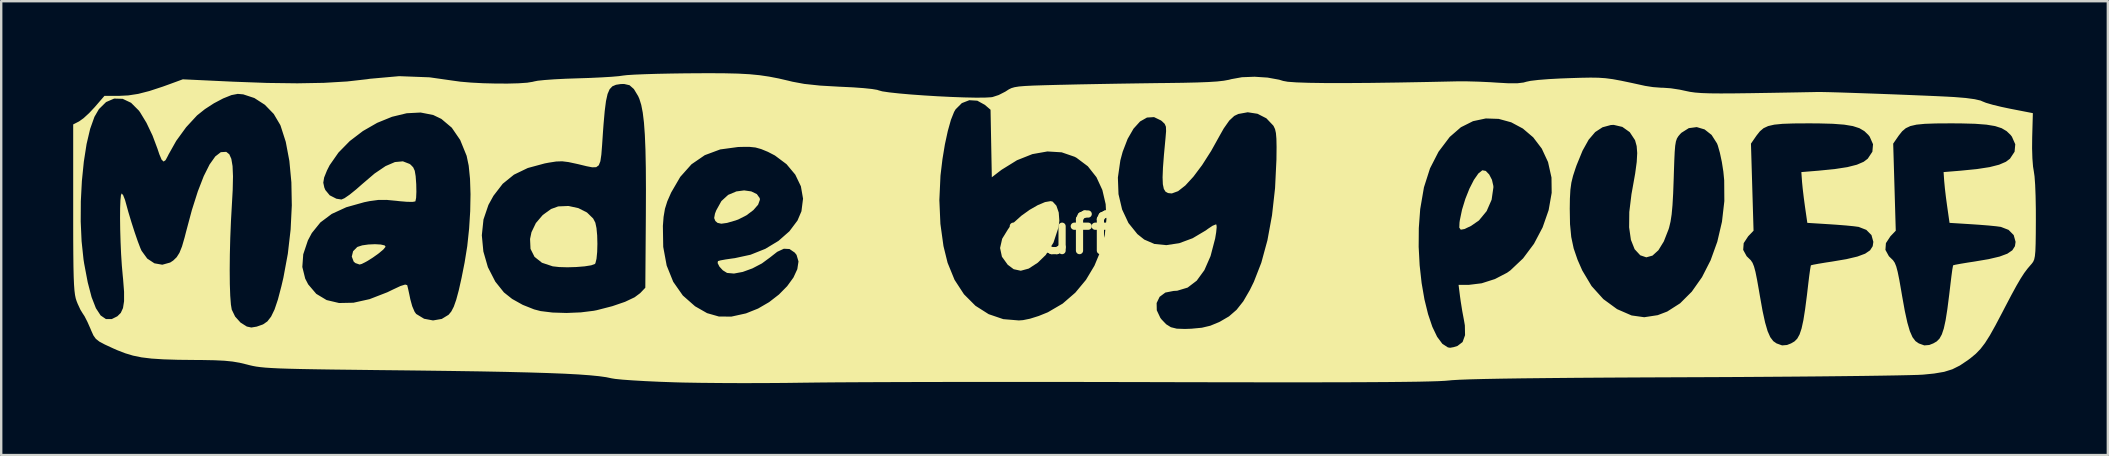
<source format=kicad_pcb>
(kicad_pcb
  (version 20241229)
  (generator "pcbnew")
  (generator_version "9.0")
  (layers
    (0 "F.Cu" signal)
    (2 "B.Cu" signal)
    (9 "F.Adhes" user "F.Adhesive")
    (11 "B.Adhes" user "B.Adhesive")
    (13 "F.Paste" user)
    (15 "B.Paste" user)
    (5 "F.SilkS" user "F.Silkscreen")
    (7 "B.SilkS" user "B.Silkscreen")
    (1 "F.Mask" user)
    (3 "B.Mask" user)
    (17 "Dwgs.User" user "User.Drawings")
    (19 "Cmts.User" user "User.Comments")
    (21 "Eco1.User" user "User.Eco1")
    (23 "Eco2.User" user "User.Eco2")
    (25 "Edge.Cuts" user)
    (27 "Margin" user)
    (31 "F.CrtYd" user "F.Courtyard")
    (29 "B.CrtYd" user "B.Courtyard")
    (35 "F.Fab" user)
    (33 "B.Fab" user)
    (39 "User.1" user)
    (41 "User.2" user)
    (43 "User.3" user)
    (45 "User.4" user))
  (footprint "puff"
    (layer "F.Cu")
    (at 41.063 6.703)
    (property "Reference" "puff" (at 0 0 0) (layer "F.SilkS") (effects (font (size 1.524 1.524) (thickness 0.3))))
    (attr board_only exclude_from_pos_files exclude_from_bom)
    (fp_poly (pts (xy -28.249 0.436) (xy -28.086 0.473) (xy -28.045 0.529) (xy -28.138 0.643) (xy -28.331 0.805) (xy -28.577 0.981) (xy -28.828 1.138) (xy -29.035 1.244) (xy -29.129 1.27) (xy -29.305 1.209) (xy -29.375 1.148) (xy -29.454 0.938) (xy -29.399 0.715) (xy -29.228 0.542) (xy -29.21 0.533) (xy -29.017 0.471) (xy -28.761 0.435) (xy -28.49 0.423)) (stroke (width 0) (type solid)) (fill yes) (layer "F.SilkS"))
    (fp_poly (pts (xy -12.806 -1.777) (xy -12.575 -1.665) (xy -12.455 -1.497) (xy -12.446 -1.432) (xy -12.521 -1.225) (xy -12.72 -0.997) (xy -13.007 -0.781) (xy -13.345 -0.609) (xy -13.46 -0.567) (xy -13.817 -0.464) (xy -14.056 -0.431) (xy -14.213 -0.466) (xy -14.303 -0.543) (xy -14.353 -0.666) (xy -14.319 -0.851) (xy -14.267 -0.986) (xy -14.051 -1.375) (xy -13.772 -1.631) (xy -13.428 -1.776) (xy -13.104 -1.819)) (stroke (width 0) (type solid)) (fill yes) (layer "F.SilkS"))
    (fp_poly (pts (xy 17.799 -2.631) (xy 17.942 -2.484) (xy 18.058 -2.261) (xy 18.116 -2.006) (xy 18.119 -1.949) (xy 18.044 -1.429) (xy 17.836 -0.955) (xy 17.515 -0.566) (xy 17.186 -0.338) (xy 16.912 -0.209) (xy 16.758 -0.181) (xy 16.697 -0.266) (xy 16.706 -0.477) (xy 16.719 -0.572) (xy 16.811 -1.015) (xy 16.95 -1.468) (xy 17.12 -1.893) (xy 17.305 -2.256) (xy 17.491 -2.523) (xy 17.657 -2.657)) (stroke (width 0) (type solid)) (fill yes) (layer "F.SilkS"))
    (fp_poly (pts (xy -0.248 -1.352) (xy -0.092 -1.181) (xy 0.005 -0.898) (xy 0.031 -0.553) (xy -0.004 -0.279) (xy -0.213 0.355) (xy -0.533 0.868) (xy -0.868 1.194) (xy -1.246 1.439) (xy -1.576 1.529) (xy -1.872 1.465) (xy -2.119 1.281) (xy -2.362 0.944) (xy -2.439 0.582) (xy -2.351 0.195) (xy -2.096 -0.22) (xy -1.863 -0.483) (xy -1.553 -0.762) (xy -1.21 -1.008) (xy -0.869 -1.204) (xy -0.565 -1.332) (xy -0.331 -1.372)) (stroke (width 0) (type solid)) (fill yes) (layer "F.SilkS"))
    (fp_poly (pts (xy -20.012 -1.08) (xy -19.654 -0.899) (xy -19.395 -0.647) (xy -19.305 -0.474) (xy -19.257 -0.249) (xy -19.228 0.06) (xy -19.219 0.408) (xy -19.228 0.747) (xy -19.256 1.031) (xy -19.301 1.213) (xy -19.325 1.248) (xy -19.478 1.303) (xy -19.751 1.346) (xy -20.097 1.374) (xy -20.468 1.385) (xy -20.814 1.375) (xy -21.082 1.345) (xy -21.529 1.196) (xy -21.839 0.95) (xy -22.006 0.617) (xy -22.025 0.204) (xy -21.966 -0.076) (xy -21.783 -0.457) (xy -21.497 -0.793) (xy -21.151 -1.043) (xy -20.852 -1.152) (xy -20.425 -1.17)) (stroke (width 0) (type solid)) (fill yes) (layer "F.SilkS"))
    (fp_poly (pts (xy -13.922 -6.699) (xy -13.361 -6.686) (xy -12.883 -6.66) (xy -12.461 -6.619) (xy -12.066 -6.561) (xy -11.668 -6.484) (xy -11.241 -6.385) (xy -11.091 -6.348) (xy -10.596 -6.256) (xy -9.938 -6.186) (xy -9.121 -6.139) (xy -9.065 -6.137) (xy -8.564 -6.113) (xy -8.126 -6.081) (xy -7.78 -6.045) (xy -7.557 -6.008) (xy -7.499 -5.988) (xy -7.347 -5.946) (xy -7.054 -5.903) (xy -6.65 -5.859) (xy -6.162 -5.816) (xy -5.619 -5.777) (xy -5.051 -5.742) (xy -4.485 -5.714) (xy -3.95 -5.694) (xy -3.475 -5.684) (xy -3.088 -5.685) (xy -2.819 -5.7) (xy -2.755 -5.709) (xy -2.497 -5.793) (xy -2.221 -5.934) (xy -2.17 -5.967) (xy -2.069 -6.032) (xy -1.964 -6.082) (xy -1.833 -6.12) (xy -1.652 -6.149) (xy -1.398 -6.17) (xy -1.049 -6.187) (xy -0.58 -6.202) (xy 0.031 -6.218) (xy 0.145 -6.22) (xy 0.834 -6.236) (xy 1.635 -6.251) (xy 2.492 -6.266) (xy 3.348 -6.279) (xy 4.145 -6.29) (xy 4.445 -6.293) (xy 5.185 -6.303) (xy 5.778 -6.317) (xy 6.244 -6.335) (xy 6.605 -6.358) (xy 6.881 -6.389) (xy 7.095 -6.428) (xy 7.202 -6.456) (xy 7.641 -6.535) (xy 8.166 -6.555) (xy 8.707 -6.52) (xy 9.19 -6.432) (xy 9.356 -6.381) (xy 9.548 -6.346) (xy 9.907 -6.32) (xy 10.431 -6.302) (xy 11.117 -6.292) (xy 11.965 -6.291) (xy 12.971 -6.298) (xy 14.133 -6.314) (xy 15.45 -6.338) (xy 16.637 -6.364) (xy 17.023 -6.363) (xy 17.502 -6.35) (xy 17.999 -6.327) (xy 18.256 -6.31) (xy 18.756 -6.282) (xy 19.118 -6.283) (xy 19.375 -6.314) (xy 19.484 -6.345) (xy 19.668 -6.384) (xy 19.989 -6.422) (xy 20.417 -6.456) (xy 20.918 -6.483) (xy 21.264 -6.496) (xy 21.77 -6.512) (xy 22.166 -6.519) (xy 22.492 -6.514) (xy 22.788 -6.494) (xy 23.092 -6.454) (xy 23.444 -6.389) (xy 23.882 -6.297) (xy 24.443 -6.174) (xy 24.763 -6.124) (xy 25.116 -6.097) (xy 25.199 -6.096) (xy 25.51 -6.074) (xy 25.883 -6.017) (xy 26.123 -5.965) (xy 26.31 -5.926) (xy 26.528 -5.896) (xy 26.8 -5.875) (xy 27.148 -5.863) (xy 27.593 -5.859) (xy 28.158 -5.862) (xy 28.866 -5.871) (xy 29.049 -5.874) (xy 29.678 -5.884) (xy 30.257 -5.894) (xy 30.764 -5.903) (xy 31.175 -5.911) (xy 31.466 -5.916) (xy 31.615 -5.92) (xy 31.623 -5.92) (xy 31.786 -5.919) (xy 32.091 -5.913) (xy 32.515 -5.901) (xy 33.029 -5.884) (xy 33.609 -5.864) (xy 34.229 -5.842) (xy 34.862 -5.818) (xy 35.483 -5.793) (xy 36.066 -5.769) (xy 36.584 -5.747) (xy 37.013 -5.726) (xy 37.325 -5.709) (xy 37.338 -5.708) (xy 37.8 -5.67) (xy 38.171 -5.62) (xy 38.419 -5.563) (xy 38.49 -5.531) (xy 38.643 -5.469) (xy 38.921 -5.388) (xy 39.283 -5.3) (xy 39.633 -5.226) (xy 40.598 -5.038) (xy 40.57 -4.022) (xy 40.566 -3.572) (xy 40.579 -3.151) (xy 40.606 -2.808) (xy 40.636 -2.625) (xy 40.668 -2.406) (xy 40.694 -2.048) (xy 40.712 -1.582) (xy 40.722 -1.037) (xy 40.723 -0.593) (xy 40.72 -0.024) (xy 40.714 0.401) (xy 40.703 0.707) (xy 40.683 0.918) (xy 40.653 1.061) (xy 40.609 1.159) (xy 40.549 1.24) (xy 40.522 1.27) (xy 40.378 1.438) (xy 40.238 1.624) (xy 40.089 1.855) (xy 39.914 2.154) (xy 39.7 2.547) (xy 39.431 3.059) (xy 39.327 3.26) (xy 39.04 3.804) (xy 38.806 4.223) (xy 38.604 4.542) (xy 38.415 4.788) (xy 38.22 4.99) (xy 37.998 5.174) (xy 37.888 5.256) (xy 37.555 5.479) (xy 37.241 5.636) (xy 36.899 5.742) (xy 36.479 5.813) (xy 36.026 5.858) (xy 35.813 5.869) (xy 35.444 5.879) (xy 34.931 5.89) (xy 34.286 5.901) (xy 33.522 5.912) (xy 32.651 5.922) (xy 31.687 5.932) (xy 30.641 5.941) (xy 29.526 5.949) (xy 28.355 5.957) (xy 27.14 5.963) (xy 26.096 5.967) (xy 24.418 5.974) (xy 22.906 5.982) (xy 21.556 5.991) (xy 20.366 6.002) (xy 19.332 6.013) (xy 18.45 6.026) (xy 17.718 6.04) (xy 17.132 6.055) (xy 16.688 6.072) (xy 16.384 6.09) (xy 16.275 6.101) (xy 16.097 6.116) (xy 15.828 6.13) (xy 15.462 6.141) (xy 14.993 6.152) (xy 14.414 6.16) (xy 13.719 6.167) (xy 12.901 6.172) (xy 11.956 6.176) (xy 10.875 6.178) (xy 9.654 6.179) (xy 8.286 6.178) (xy 6.764 6.176) (xy 5.083 6.173) (xy 4.064 6.17) (xy 2.621 6.167) (xy 1.18 6.164) (xy -0.244 6.163) (xy -1.637 6.162) (xy -2.986 6.162) (xy -4.277 6.163) (xy -5.496 6.165) (xy -6.629 6.168) (xy -7.662 6.172) (xy -8.582 6.176) (xy -9.374 6.181) (xy -10.026 6.187) (xy -10.522 6.193) (xy -10.541 6.193) (xy -11.388 6.204) (xy -12.29 6.21) (xy -13.207 6.212) (xy -14.099 6.208) (xy -14.925 6.2) (xy -15.645 6.188) (xy -16.002 6.178) (xy -16.624 6.156) (xy -17.209 6.129) (xy -17.73 6.099) (xy -18.161 6.068) (xy -18.473 6.037) (xy -18.627 6.012) (xy -18.853 5.965) (xy -19.154 5.923) (xy -19.538 5.885) (xy -20.015 5.85) (xy -20.594 5.819) (xy -21.284 5.792) (xy -22.094 5.767) (xy -23.034 5.744) (xy -24.112 5.723) (xy -25.337 5.705) (xy -26.719 5.687) (xy -27.305 5.68) (xy -28.445 5.668) (xy -29.429 5.656) (xy -30.27 5.646) (xy -30.982 5.635) (xy -31.577 5.624) (xy -32.068 5.612) (xy -32.47 5.599) (xy -32.794 5.583) (xy -33.055 5.566) (xy -33.265 5.545) (xy -33.438 5.522) (xy -33.587 5.494) (xy -33.725 5.462) (xy -33.824 5.436) (xy -34.123 5.364) (xy -34.422 5.313) (xy -34.76 5.279) (xy -35.175 5.259) (xy -35.707 5.249) (xy -35.941 5.248) (xy -36.692 5.24) (xy -37.302 5.221) (xy -37.799 5.189) (xy -38.212 5.139) (xy -38.569 5.066) (xy -38.898 4.967) (xy -39.228 4.839) (xy -39.4 4.763) (xy -39.746 4.603) (xy -39.973 4.482) (xy -40.119 4.367) (xy -40.219 4.227) (xy -40.308 4.032) (xy -40.346 3.939) (xy -40.471 3.657) (xy -40.591 3.423) (xy -40.662 3.316) (xy -40.762 3.153) (xy -40.877 2.905) (xy -40.922 2.791) (xy -40.958 2.678) (xy -40.987 2.537) (xy -41.01 2.353) (xy -41.028 2.109) (xy -41.042 1.788) (xy -41.052 1.373) (xy -41.058 0.848) (xy -41.062 0.195) (xy -41.063 -0.522) (xy -40.75 -0.522) (xy -40.713 0.298) (xy -40.633 1.057) (xy -40.607 1.225) (xy -40.458 2.01) (xy -40.296 2.63) (xy -40.117 3.09) (xy -39.919 3.392) (xy -39.7 3.542) (xy -39.457 3.544) (xy -39.223 3.427) (xy -39.08 3.286) (xy -38.988 3.085) (xy -38.943 2.799) (xy -38.943 2.403) (xy -38.984 1.873) (xy -38.998 1.736) (xy -39.036 1.308) (xy -39.067 0.827) (xy -39.089 0.321) (xy -39.104 -0.184) (xy -39.11 -0.658) (xy -39.107 -1.074) (xy -39.095 -1.404) (xy -39.073 -1.62) (xy -39.042 -1.693) (xy -38.981 -1.619) (xy -38.906 -1.429) (xy -38.867 -1.291) (xy -38.766 -0.923) (xy -38.64 -0.505) (xy -38.505 -0.084) (xy -38.375 0.294) (xy -38.265 0.583) (xy -38.215 0.696) (xy -37.977 1.023) (xy -37.678 1.22) (xy -37.349 1.278) (xy -37.022 1.187) (xy -36.895 1.104) (xy -36.751 0.965) (xy -36.635 0.782) (xy -36.529 0.518) (xy -36.419 0.139) (xy -36.362 -0.085) (xy -36.117 -1) (xy -35.87 -1.777) (xy -35.623 -2.413) (xy -35.379 -2.9) (xy -35.141 -3.235) (xy -34.911 -3.412) (xy -34.692 -3.425) (xy -34.678 -3.42) (xy -34.558 -3.324) (xy -34.473 -3.133) (xy -34.422 -2.832) (xy -34.404 -2.406) (xy -34.416 -1.84) (xy -34.45 -1.228) (xy -34.489 -0.537) (xy -34.518 0.166) (xy -34.535 0.854) (xy -34.541 1.501) (xy -34.536 2.082) (xy -34.519 2.57) (xy -34.491 2.938) (xy -34.456 3.148) (xy -34.315 3.439) (xy -34.09 3.689) (xy -33.828 3.854) (xy -33.64 3.895) (xy -33.416 3.858) (xy -33.162 3.769) (xy -33.146 3.761) (xy -32.971 3.64) (xy -32.816 3.44) (xy -32.672 3.143) (xy -32.532 2.727) (xy -32.387 2.174) (xy -32.304 1.82) (xy -32.221 1.372) (xy -31.515 1.372) (xy -31.395 1.857) (xy -31.27 2.098) (xy -30.934 2.492) (xy -30.503 2.751) (xy -29.984 2.874) (xy -29.385 2.862) (xy -28.713 2.713) (xy -27.975 2.427) (xy -27.748 2.317) (xy -27.426 2.166) (xy -27.23 2.105) (xy -27.146 2.128) (xy -27.143 2.136) (xy -27.109 2.274) (xy -27.056 2.517) (xy -27.014 2.721) (xy -26.935 3.008) (xy -26.836 3.239) (xy -26.77 3.33) (xy -26.44 3.53) (xy -26.068 3.6) (xy -25.704 3.537) (xy -25.42 3.364) (xy -25.307 3.227) (xy -25.203 3.026) (xy -25.102 2.739) (xy -24.996 2.346) (xy -24.879 1.825) (xy -24.752 1.185) (xy -24.642 0.504) (xy -24.594 0.051) (xy -24.035 0.051) (xy -23.971 0.726) (xy -23.782 1.382) (xy -23.474 1.982) (xy -23.114 2.432) (xy -22.772 2.704) (xy -22.33 2.951) (xy -21.855 3.14) (xy -21.586 3.21) (xy -21.089 3.271) (xy -20.504 3.289) (xy -19.907 3.264) (xy -19.374 3.198) (xy -19.246 3.173) (xy -18.598 3.006) (xy -18.066 2.824) (xy -17.668 2.635) (xy -17.437 2.463) (xy -17.222 2.237) (xy -17.203 -0.339) (xy -16.49 -0.339) (xy -16.476 0.535) (xy -16.332 1.313) (xy -16.059 1.99) (xy -15.659 2.561) (xy -15.149 3.01) (xy -14.648 3.296) (xy -14.155 3.437) (xy -13.633 3.44) (xy -13.039 3.309) (xy -13.021 3.304) (xy -12.524 3.105) (xy -12.063 2.837) (xy -11.654 2.52) (xy -11.311 2.172) (xy -11.05 1.813) (xy -10.888 1.463) (xy -10.839 1.142) (xy -10.92 0.868) (xy -10.997 0.772) (xy -11.213 0.624) (xy -11.449 0.612) (xy -11.725 0.74) (xy -12.02 0.971) (xy -12.365 1.225) (xy -12.761 1.432) (xy -13.163 1.578) (xy -13.528 1.646) (xy -13.81 1.621) (xy -13.823 1.616) (xy -13.992 1.511) (xy -14.134 1.357) (xy -14.209 1.208) (xy -14.195 1.128) (xy -14.097 1.099) (xy -13.874 1.058) (xy -13.57 1.014) (xy -13.492 1.004) (xy -12.837 0.862) (xy -12.221 0.616) (xy -11.672 0.284) (xy -11.217 -0.116) (xy -10.881 -0.563) (xy -10.716 -0.949) (xy -10.657 -1.416) (xy -4.969 -1.416) (xy -4.926 -0.425) (xy -4.798 0.501) (xy -4.626 1.198) (xy -4.336 1.908) (xy -3.944 2.509) (xy -3.465 2.989) (xy -2.914 3.339) (xy -2.306 3.546) (xy -1.656 3.6) (xy -1.482 3.587) (xy -1.192 3.528) (xy -0.829 3.414) (xy -0.466 3.267) (xy -0.44 3.255) (xy 0.17 2.898) (xy 0.697 2.442) (xy 1.14 1.909) (xy 1.494 1.317) (xy 1.757 0.685) (xy 1.924 0.035) (xy 1.993 -0.615) (xy 1.961 -1.246) (xy 1.823 -1.837) (xy 1.585 -2.352) (xy 2.47 -2.352) (xy 2.496 -1.662) (xy 2.646 -1.024) (xy 2.91 -0.461) (xy 3.282 0.001) (xy 3.569 0.23) (xy 3.993 0.413) (xy 4.488 0.462) (xy 5.028 0.381) (xy 5.586 0.174) (xy 6.137 -0.153) (xy 6.224 -0.218) (xy 6.415 -0.345) (xy 6.548 -0.4) (xy 6.575 -0.395) (xy 6.587 -0.292) (xy 6.566 -0.072) (xy 6.523 0.188) (xy 6.332 0.918) (xy 6.075 1.504) (xy 5.755 1.943) (xy 5.377 2.231) (xy 4.942 2.362) (xy 4.79 2.371) (xy 4.448 2.438) (xy 4.209 2.616) (xy 4.085 2.874) (xy 4.091 3.177) (xy 4.24 3.493) (xy 4.29 3.558) (xy 4.482 3.759) (xy 4.679 3.882) (xy 4.924 3.943) (xy 5.265 3.955) (xy 5.533 3.945) (xy 5.969 3.904) (xy 6.322 3.82) (xy 6.68 3.672) (xy 6.723 3.651) (xy 7.1 3.431) (xy 7.415 3.158) (xy 7.696 2.803) (xy 7.97 2.331) (xy 8.137 1.99) (xy 8.447 1.195) (xy 8.627 0.534) (xy 15.004 0.534) (xy 15.045 1.304) (xy 15.127 2.04) (xy 15.245 2.724) (xy 15.396 3.338) (xy 15.573 3.863) (xy 15.773 4.281) (xy 15.991 4.574) (xy 16.221 4.723) (xy 16.314 4.739) (xy 16.466 4.712) (xy 16.621 4.663) (xy 16.834 4.5) (xy 16.937 4.215) (xy 16.929 3.805) (xy 16.893 3.595) (xy 16.821 3.211) (xy 16.755 2.797) (xy 16.728 2.603) (xy 16.667 2.117) (xy 17.099 2.117) (xy 17.629 2.052) (xy 18.183 1.875) (xy 18.687 1.613) (xy 18.826 1.514) (xy 19.355 1.014) (xy 19.809 0.406) (xy 20.169 -0.277) (xy 20.42 -0.996) (xy 20.431 -1.058) (xy 21.3 -1.058) (xy 21.311 -0.412) (xy 21.362 0.122) (xy 21.463 0.598) (xy 21.625 1.071) (xy 21.821 1.517) (xy 22.209 2.167) (xy 22.7 2.711) (xy 23.272 3.129) (xy 23.876 3.392) (xy 24.404 3.466) (xy 24.966 3.38) (xy 25.362 3.229) (xy 25.899 2.886) (xy 26.385 2.401) (xy 26.811 1.797) (xy 27.169 1.095) (xy 27.326 0.66) (xy 28.527 0.66) (xy 28.672 0.924) (xy 28.751 1.001) (xy 28.843 1.09) (xy 28.916 1.197) (xy 28.978 1.35) (xy 29.039 1.576) (xy 29.105 1.904) (xy 29.186 2.361) (xy 29.222 2.572) (xy 29.335 3.205) (xy 29.441 3.689) (xy 29.545 4.046) (xy 29.656 4.297) (xy 29.779 4.461) (xy 29.917 4.557) (xy 30.148 4.64) (xy 30.354 4.623) (xy 30.525 4.556) (xy 30.665 4.474) (xy 30.781 4.357) (xy 30.877 4.184) (xy 30.96 3.936) (xy 31.035 3.593) (xy 31.108 3.133) (xy 31.185 2.538) (xy 31.238 2.083) (xy 31.279 1.746) (xy 31.316 1.48) (xy 31.343 1.326) (xy 31.351 1.302) (xy 31.441 1.279) (xy 31.661 1.238) (xy 31.975 1.186) (xy 32.22 1.149) (xy 32.829 1.046) (xy 33.286 0.938) (xy 33.609 0.818) (xy 33.816 0.677) (xy 33.826 0.66) (xy 34.454 0.66) (xy 34.599 0.924) (xy 34.678 1.001) (xy 34.77 1.09) (xy 34.843 1.197) (xy 34.905 1.35) (xy 34.965 1.576) (xy 35.032 1.904) (xy 35.112 2.361) (xy 35.148 2.572) (xy 35.262 3.205) (xy 35.368 3.689) (xy 35.472 4.046) (xy 35.582 4.297) (xy 35.706 4.461) (xy 35.844 4.557) (xy 36.074 4.64) (xy 36.281 4.623) (xy 36.451 4.556) (xy 36.592 4.474) (xy 36.708 4.357) (xy 36.804 4.184) (xy 36.887 3.936) (xy 36.962 3.593) (xy 37.035 3.133) (xy 37.111 2.538) (xy 37.165 2.083) (xy 37.206 1.746) (xy 37.242 1.48) (xy 37.27 1.326) (xy 37.278 1.302) (xy 37.367 1.279) (xy 37.588 1.238) (xy 37.902 1.186) (xy 38.147 1.149) (xy 38.756 1.046) (xy 39.213 0.938) (xy 39.536 0.818) (xy 39.742 0.677) (xy 39.851 0.507) (xy 39.878 0.326) (xy 39.8 0.043) (xy 39.585 -0.174) (xy 39.266 -0.298) (xy 39.064 -0.325) (xy 38.742 -0.357) (xy 38.35 -0.388) (xy 38.054 -0.408) (xy 37.126 -0.466) (xy 37.029 -1.143) (xy 36.977 -1.524) (xy 36.933 -1.896) (xy 36.906 -2.182) (xy 36.904 -2.201) (xy 36.878 -2.582) (xy 37.595 -2.641) (xy 38.27 -2.708) (xy 38.796 -2.789) (xy 39.19 -2.889) (xy 39.474 -3.011) (xy 39.644 -3.139) (xy 39.837 -3.431) (xy 39.865 -3.742) (xy 39.725 -4.058) (xy 39.669 -4.131) (xy 39.504 -4.289) (xy 39.297 -4.411) (xy 39.024 -4.499) (xy 38.662 -4.559) (xy 38.191 -4.595) (xy 37.585 -4.611) (xy 37.169 -4.613) (xy 36.561 -4.609) (xy 36.096 -4.593) (xy 35.749 -4.559) (xy 35.493 -4.5) (xy 35.303 -4.411) (xy 35.152 -4.283) (xy 35.015 -4.111) (xy 34.982 -4.064) (xy 34.778 -3.768) (xy 34.832 -1.953) (xy 34.885 -0.139) (xy 34.662 0.094) (xy 34.475 0.379) (xy 34.454 0.66) (xy 33.826 0.66) (xy 33.924 0.507) (xy 33.951 0.326) (xy 33.873 0.043) (xy 33.658 -0.174) (xy 33.339 -0.298) (xy 33.137 -0.325) (xy 32.815 -0.357) (xy 32.424 -0.388) (xy 32.128 -0.408) (xy 31.2 -0.466) (xy 31.102 -1.143) (xy 31.051 -1.524) (xy 31.007 -1.896) (xy 30.979 -2.182) (xy 30.978 -2.201) (xy 30.951 -2.582) (xy 31.668 -2.641) (xy 32.343 -2.708) (xy 32.869 -2.789) (xy 33.264 -2.889) (xy 33.547 -3.011) (xy 33.717 -3.139) (xy 33.911 -3.431) (xy 33.938 -3.742) (xy 33.799 -4.058) (xy 33.742 -4.131) (xy 33.577 -4.289) (xy 33.37 -4.411) (xy 33.097 -4.499) (xy 32.736 -4.559) (xy 32.264 -4.595) (xy 31.659 -4.611) (xy 31.242 -4.613) (xy 30.634 -4.609) (xy 30.17 -4.593) (xy 29.823 -4.559) (xy 29.567 -4.5) (xy 29.376 -4.411) (xy 29.225 -4.283) (xy 29.088 -4.111) (xy 29.055 -4.064) (xy 28.851 -3.768) (xy 28.905 -1.953) (xy 28.959 -0.139) (xy 28.735 0.094) (xy 28.548 0.379) (xy 28.527 0.66) (xy 27.326 0.66) (xy 27.449 0.318) (xy 27.643 -0.512) (xy 27.742 -1.372) (xy 27.736 -2.241) (xy 27.701 -2.601) (xy 27.638 -3.003) (xy 27.556 -3.387) (xy 27.47 -3.69) (xy 27.436 -3.777) (xy 27.21 -4.131) (xy 26.919 -4.36) (xy 26.592 -4.457) (xy 26.26 -4.413) (xy 25.955 -4.221) (xy 25.9 -4.165) (xy 25.823 -4.074) (xy 25.766 -3.981) (xy 25.724 -3.859) (xy 25.694 -3.681) (xy 25.673 -3.423) (xy 25.656 -3.057) (xy 25.639 -2.559) (xy 25.632 -2.32) (xy 25.609 -1.69) (xy 25.581 -1.2) (xy 25.546 -0.819) (xy 25.5 -0.519) (xy 25.44 -0.268) (xy 25.418 -0.198) (xy 25.22 0.307) (xy 24.994 0.675) (xy 24.747 0.899) (xy 24.49 0.97) (xy 24.238 0.885) (xy 24.004 0.632) (xy 23.848 0.24) (xy 23.774 -0.281) (xy 23.781 -0.919) (xy 23.872 -1.663) (xy 23.916 -1.905) (xy 24.026 -2.522) (xy 24.091 -3.004) (xy 24.111 -3.375) (xy 24.089 -3.664) (xy 24.025 -3.897) (xy 24.017 -3.917) (xy 23.8 -4.246) (xy 23.492 -4.465) (xy 23.132 -4.549) (xy 23.012 -4.543) (xy 22.665 -4.449) (xy 22.36 -4.25) (xy 22.087 -3.93) (xy 21.833 -3.474) (xy 21.584 -2.866) (xy 21.544 -2.752) (xy 21.437 -2.426) (xy 21.367 -2.141) (xy 21.326 -1.841) (xy 21.306 -1.474) (xy 21.3 -1.058) (xy 20.431 -1.058) (xy 20.547 -1.717) (xy 20.539 -2.355) (xy 20.395 -3) (xy 20.134 -3.561) (xy 19.778 -4.029) (xy 19.347 -4.396) (xy 18.861 -4.656) (xy 18.339 -4.799) (xy 17.802 -4.817) (xy 17.27 -4.704) (xy 16.763 -4.45) (xy 16.3 -4.048) (xy 16.294 -4.041) (xy 15.832 -3.43) (xy 15.477 -2.737) (xy 15.224 -1.946) (xy 15.068 -1.039) (xy 15.01 -0.25) (xy 15.004 0.534) (xy 8.627 0.534) (xy 8.701 0.264) (xy 8.893 -0.781) (xy 9.02 -1.915) (xy 9.078 -3.113) (xy 9.078 -3.147) (xy 9.083 -3.627) (xy 9.076 -3.97) (xy 9.056 -4.208) (xy 9.019 -4.373) (xy 8.961 -4.496) (xy 8.946 -4.52) (xy 8.658 -4.823) (xy 8.288 -5.012) (xy 7.882 -5.075) (xy 7.485 -5.003) (xy 7.319 -4.922) (xy 7.113 -4.73) (xy 6.882 -4.402) (xy 6.733 -4.139) (xy 6.356 -3.462) (xy 5.981 -2.875) (xy 5.618 -2.391) (xy 5.281 -2.024) (xy 4.979 -1.787) (xy 4.724 -1.694) (xy 4.7 -1.693) (xy 4.561 -1.708) (xy 4.456 -1.765) (xy 4.385 -1.881) (xy 4.344 -2.075) (xy 4.333 -2.364) (xy 4.349 -2.768) (xy 4.39 -3.303) (xy 4.454 -3.986) (xy 4.479 -4.288) (xy 4.472 -4.473) (xy 4.421 -4.592) (xy 4.312 -4.697) (xy 4.266 -4.734) (xy 3.977 -4.873) (xy 3.683 -4.855) (xy 3.394 -4.691) (xy 3.121 -4.39) (xy 2.876 -3.965) (xy 2.669 -3.427) (xy 2.573 -3.07) (xy 2.47 -2.352) (xy 1.585 -2.352) (xy 1.577 -2.369) (xy 1.219 -2.823) (xy 0.746 -3.178) (xy 0.668 -3.22) (xy 0.127 -3.406) (xy -0.466 -3.442) (xy -1.093 -3.331) (xy -1.734 -3.076) (xy -2.371 -2.682) (xy -2.471 -2.607) (xy -2.783 -2.366) (xy -2.836 -5.18) (xy -3.074 -5.384) (xy -3.388 -5.557) (xy -3.72 -5.578) (xy -4.033 -5.456) (xy -4.291 -5.198) (xy -4.355 -5.09) (xy -4.487 -4.759) (xy -4.617 -4.296) (xy -4.738 -3.738) (xy -4.84 -3.121) (xy -4.917 -2.483) (xy -4.923 -2.425) (xy -4.969 -1.416) (xy -10.657 -1.416) (xy -10.649 -1.473) (xy -10.739 -1.989) (xy -10.973 -2.476) (xy -11.338 -2.912) (xy -11.822 -3.274) (xy -12.115 -3.426) (xy -12.394 -3.541) (xy -12.631 -3.607) (xy -12.89 -3.634) (xy -13.234 -3.631) (xy -13.364 -3.626) (xy -14.102 -3.526) (xy -14.744 -3.287) (xy -15.298 -2.907) (xy -15.766 -2.382) (xy -16.146 -1.729) (xy -16.306 -1.365) (xy -16.404 -1.053) (xy -16.461 -0.715) (xy -16.49 -0.339) (xy -17.203 -0.339) (xy -17.2 -0.808) (xy -17.196 -1.86) (xy -17.201 -2.757) (xy -17.216 -3.512) (xy -17.242 -4.138) (xy -17.279 -4.65) (xy -17.329 -5.061) (xy -17.392 -5.384) (xy -17.47 -5.633) (xy -17.521 -5.748) (xy -17.699 -6.043) (xy -17.88 -6.202) (xy -18.107 -6.254) (xy -18.253 -6.25) (xy -18.445 -6.22) (xy -18.595 -6.156) (xy -18.709 -6.035) (xy -18.795 -5.837) (xy -18.861 -5.541) (xy -18.914 -5.127) (xy -18.963 -4.573) (xy -18.985 -4.276) (xy -19.022 -3.719) (xy -19.054 -3.311) (xy -19.095 -3.033) (xy -19.162 -2.865) (xy -19.269 -2.787) (xy -19.433 -2.781) (xy -19.67 -2.827) (xy -19.995 -2.906) (xy -20.083 -2.926) (xy -20.428 -3) (xy -20.688 -3.032) (xy -20.937 -3.023) (xy -21.246 -2.975) (xy -21.414 -2.943) (xy -22.12 -2.752) (xy -22.695 -2.475) (xy -23.164 -2.095) (xy -23.551 -1.593) (xy -23.76 -1.213) (xy -23.966 -0.607) (xy -24.035 0.051) (xy -24.594 0.051) (xy -24.565 -0.221) (xy -24.519 -0.954) (xy -24.506 -1.66) (xy -24.527 -2.304) (xy -24.582 -2.851) (xy -24.668 -3.26) (xy -24.937 -3.921) (xy -25.288 -4.433) (xy -25.721 -4.798) (xy -26.063 -4.962) (xy -26.585 -5.064) (xy -27.166 -5.034) (xy -27.778 -4.886) (xy -28.396 -4.634) (xy -28.991 -4.292) (xy -29.538 -3.875) (xy -30.008 -3.396) (xy -30.376 -2.869) (xy -30.487 -2.651) (xy -30.606 -2.356) (xy -30.642 -2.141) (xy -30.599 -1.939) (xy -30.555 -1.834) (xy -30.373 -1.614) (xy -30.095 -1.472) (xy -29.884 -1.439) (xy -29.757 -1.494) (xy -29.541 -1.643) (xy -29.27 -1.862) (xy -29.038 -2.066) (xy -28.504 -2.522) (xy -28.046 -2.832) (xy -27.655 -3) (xy -27.324 -3.03) (xy -27.047 -2.923) (xy -26.999 -2.888) (xy -26.895 -2.78) (xy -26.83 -2.637) (xy -26.792 -2.411) (xy -26.768 -2.076) (xy -26.762 -1.758) (xy -26.773 -1.507) (xy -26.802 -1.37) (xy -26.809 -1.36) (xy -26.921 -1.34) (xy -27.157 -1.344) (xy -27.471 -1.37) (xy -27.579 -1.383) (xy -28.003 -1.423) (xy -28.352 -1.421) (xy -28.714 -1.372) (xy -28.934 -1.327) (xy -29.683 -1.117) (xy -30.288 -0.839) (xy -30.762 -0.484) (xy -31.119 -0.042) (xy -31.283 0.266) (xy -31.477 0.845) (xy -31.515 1.372) (xy -32.221 1.372) (xy -32.119 0.822) (xy -32.002 -0.192) (xy -31.953 -1.194) (xy -31.971 -2.156) (xy -32.055 -3.048) (xy -32.205 -3.843) (xy -32.42 -4.512) (xy -32.435 -4.547) (xy -32.706 -5.005) (xy -33.077 -5.387) (xy -33.513 -5.668) (xy -33.977 -5.821) (xy -34.205 -5.841) (xy -34.469 -5.79) (xy -34.815 -5.651) (xy -35.198 -5.449) (xy -35.573 -5.206) (xy -35.895 -4.949) (xy -35.909 -4.936) (xy -36.356 -4.452) (xy -36.77 -3.883) (xy -37.094 -3.307) (xy -37.112 -3.268) (xy -37.212 -3.081) (xy -37.295 -3.021) (xy -37.378 -3.099) (xy -37.474 -3.326) (xy -37.551 -3.556) (xy -37.758 -4.107) (xy -38.01 -4.636) (xy -38.277 -5.076) (xy -38.326 -5.144) (xy -38.651 -5.469) (xy -39.001 -5.635) (xy -39.356 -5.645) (xy -39.693 -5.5) (xy -39.991 -5.206) (xy -40.178 -4.884) (xy -40.356 -4.385) (xy -40.505 -3.752) (xy -40.62 -3.016) (xy -40.701 -2.211) (xy -40.745 -1.369) (xy -40.75 -0.522) (xy -41.063 -0.522) (xy -41.063 -0.601) (xy -41.063 -1.08) (xy -41.063 -4.568) (xy -40.815 -4.696) (xy -40.633 -4.826) (xy -40.398 -5.041) (xy -40.164 -5.291) (xy -39.761 -5.757) (xy -39.171 -5.757) (xy -38.767 -5.777) (xy -38.353 -5.841) (xy -37.888 -5.96) (xy -37.331 -6.143) (xy -37.065 -6.239) (xy -36.495 -6.448) (xy -34.398 -6.349) (xy -32.982 -6.297) (xy -31.723 -6.281) (xy -30.615 -6.301) (xy -29.65 -6.358) (xy -28.819 -6.452) (xy -28.702 -6.47) (xy -27.479 -6.579) (xy -26.213 -6.531) (xy -25.273 -6.397) (xy -24.924 -6.349) (xy -24.481 -6.311) (xy -23.982 -6.285) (xy -23.463 -6.272) (xy -22.959 -6.27) (xy -22.507 -6.282) (xy -22.143 -6.307) (xy -21.904 -6.346) (xy -21.871 -6.356) (xy -21.711 -6.388) (xy -21.415 -6.419) (xy -21.012 -6.448) (xy -20.537 -6.472) (xy -20.066 -6.488) (xy -19.542 -6.505) (xy -19.054 -6.528) (xy -18.636 -6.553) (xy -18.323 -6.58) (xy -18.161 -6.603) (xy -17.989 -6.623) (xy -17.673 -6.643) (xy -17.239 -6.661) (xy -16.711 -6.677) (xy -16.116 -6.689) (xy -15.478 -6.698) (xy -15.409 -6.698) (xy -14.595 -6.703)) (stroke (width 0) (type solid)) (fill yes) (layer "F.SilkS")))
  (gr_rect
    (start -3 -3)
    (end 84.786 15.914)
    (stroke (width 0.1) (type default))
    (fill no)
    (layer "Edge.Cuts")))
</source>
